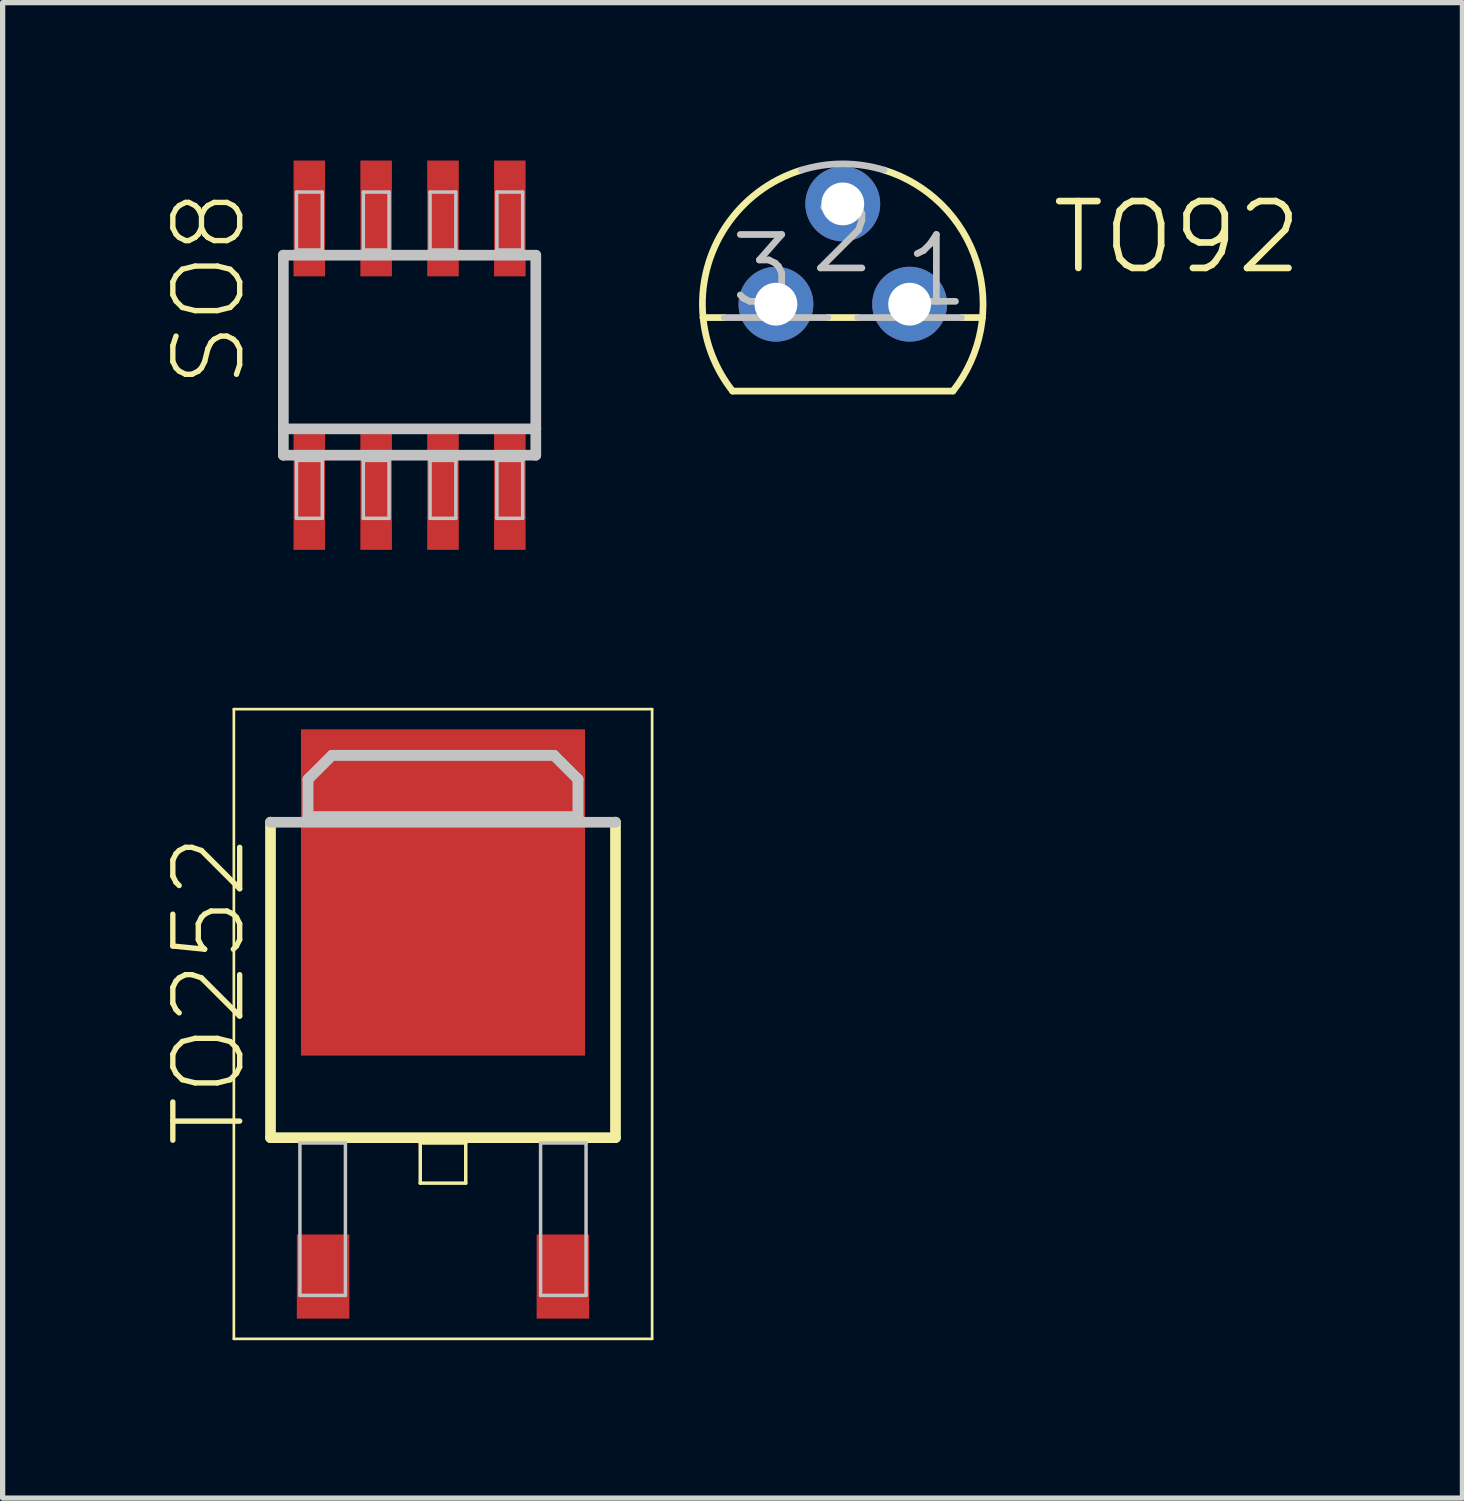
<source format=kicad_pcb>
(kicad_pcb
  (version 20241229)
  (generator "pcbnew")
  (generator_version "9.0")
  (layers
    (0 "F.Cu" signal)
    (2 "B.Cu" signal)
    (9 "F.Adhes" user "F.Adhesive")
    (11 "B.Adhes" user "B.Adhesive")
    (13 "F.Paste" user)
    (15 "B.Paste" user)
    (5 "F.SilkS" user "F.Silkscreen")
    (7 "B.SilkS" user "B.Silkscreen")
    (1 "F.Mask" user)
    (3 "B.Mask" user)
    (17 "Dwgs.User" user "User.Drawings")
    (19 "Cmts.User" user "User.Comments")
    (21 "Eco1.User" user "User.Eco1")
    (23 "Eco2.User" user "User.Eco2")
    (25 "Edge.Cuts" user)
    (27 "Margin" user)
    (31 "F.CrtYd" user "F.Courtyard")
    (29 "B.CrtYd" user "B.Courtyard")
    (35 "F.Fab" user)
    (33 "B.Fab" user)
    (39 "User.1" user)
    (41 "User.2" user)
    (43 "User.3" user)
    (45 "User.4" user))
  (footprint "SO8"
    (layer "F.Cu")
    (at 4.731 3.698)
    (property "Reference" "SO8" (at -3.81 -1.27 90) (layer "F.SilkS") (effects (font (size 1.27 1.27) (thickness 0.102))))
    (attr smd)
    (fp_line (start -2.398 -1.9) (end 2.398 -1.9) (stroke (width 0.203) (type solid)) (layer "Dwgs.User"))
    (fp_line (start -2.398 1.4) (end -2.398 -1.9) (stroke (width 0.203) (type solid)) (layer "Dwgs.User"))
    (fp_line (start -2.398 1.9) (end -2.398 1.4) (stroke (width 0.203) (type solid)) (layer "Dwgs.User"))
    (fp_line (start -2.149 -3.099) (end -1.659 -3.099) (stroke (width 0.066) (type solid)) (layer "Dwgs.User"))
    (fp_line (start -2.149 -1.999) (end -2.149 -3.099) (stroke (width 0.066) (type solid)) (layer "Dwgs.User"))
    (fp_line (start -2.149 -1.999) (end -1.659 -1.999) (stroke (width 0.066) (type solid)) (layer "Dwgs.User"))
    (fp_line (start -2.149 1.999) (end -1.659 1.999) (stroke (width 0.066) (type solid)) (layer "Dwgs.User"))
    (fp_line (start -2.149 3.099) (end -2.149 1.999) (stroke (width 0.066) (type solid)) (layer "Dwgs.User"))
    (fp_line (start -2.149 3.099) (end -1.659 3.099) (stroke (width 0.066) (type solid)) (layer "Dwgs.User"))
    (fp_line (start -1.659 -1.999) (end -1.659 -3.099) (stroke (width 0.066) (type solid)) (layer "Dwgs.User"))
    (fp_line (start -1.659 3.099) (end -1.659 1.999) (stroke (width 0.066) (type solid)) (layer "Dwgs.User"))
    (fp_line (start -0.879 -3.099) (end -0.389 -3.099) (stroke (width 0.066) (type solid)) (layer "Dwgs.User"))
    (fp_line (start -0.879 -1.999) (end -0.879 -3.099) (stroke (width 0.066) (type solid)) (layer "Dwgs.User"))
    (fp_line (start -0.879 -1.999) (end -0.389 -1.999) (stroke (width 0.066) (type solid)) (layer "Dwgs.User"))
    (fp_line (start -0.879 1.999) (end -0.389 1.999) (stroke (width 0.066) (type solid)) (layer "Dwgs.User"))
    (fp_line (start -0.879 3.099) (end -0.879 1.999) (stroke (width 0.066) (type solid)) (layer "Dwgs.User"))
    (fp_line (start -0.879 3.099) (end -0.389 3.099) (stroke (width 0.066) (type solid)) (layer "Dwgs.User"))
    (fp_line (start -0.389 -1.999) (end -0.389 -3.099) (stroke (width 0.066) (type solid)) (layer "Dwgs.User"))
    (fp_line (start -0.389 3.099) (end -0.389 1.999) (stroke (width 0.066) (type solid)) (layer "Dwgs.User"))
    (fp_line (start 0.389 -3.099) (end 0.879 -3.099) (stroke (width 0.066) (type solid)) (layer "Dwgs.User"))
    (fp_line (start 0.389 -1.999) (end 0.389 -3.099) (stroke (width 0.066) (type solid)) (layer "Dwgs.User"))
    (fp_line (start 0.389 -1.999) (end 0.879 -1.999) (stroke (width 0.066) (type solid)) (layer "Dwgs.User"))
    (fp_line (start 0.389 1.999) (end 0.879 1.999) (stroke (width 0.066) (type solid)) (layer "Dwgs.User"))
    (fp_line (start 0.389 3.099) (end 0.389 1.999) (stroke (width 0.066) (type solid)) (layer "Dwgs.User"))
    (fp_line (start 0.389 3.099) (end 0.879 3.099) (stroke (width 0.066) (type solid)) (layer "Dwgs.User"))
    (fp_line (start 0.879 -1.999) (end 0.879 -3.099) (stroke (width 0.066) (type solid)) (layer "Dwgs.User"))
    (fp_line (start 0.879 3.099) (end 0.879 1.999) (stroke (width 0.066) (type solid)) (layer "Dwgs.User"))
    (fp_line (start 1.659 -3.099) (end 2.149 -3.099) (stroke (width 0.066) (type solid)) (layer "Dwgs.User"))
    (fp_line (start 1.659 -1.999) (end 1.659 -3.099) (stroke (width 0.066) (type solid)) (layer "Dwgs.User"))
    (fp_line (start 1.659 -1.999) (end 2.149 -1.999) (stroke (width 0.066) (type solid)) (layer "Dwgs.User"))
    (fp_line (start 1.659 1.999) (end 2.149 1.999) (stroke (width 0.066) (type solid)) (layer "Dwgs.User"))
    (fp_line (start 1.659 3.099) (end 1.659 1.999) (stroke (width 0.066) (type solid)) (layer "Dwgs.User"))
    (fp_line (start 1.659 3.099) (end 2.149 3.099) (stroke (width 0.066) (type solid)) (layer "Dwgs.User"))
    (fp_line (start 2.149 -1.999) (end 2.149 -3.099) (stroke (width 0.066) (type solid)) (layer "Dwgs.User"))
    (fp_line (start 2.149 3.099) (end 2.149 1.999) (stroke (width 0.066) (type solid)) (layer "Dwgs.User"))
    (fp_line (start 2.398 -1.9) (end 2.398 1.4) (stroke (width 0.203) (type solid)) (layer "Dwgs.User"))
    (fp_line (start 2.398 1.4) (end -2.398 1.4) (stroke (width 0.203) (type solid)) (layer "Dwgs.User"))
    (fp_line (start 2.398 1.4) (end 2.398 1.9) (stroke (width 0.203) (type solid)) (layer "Dwgs.User"))
    (fp_line (start 2.398 1.9) (end -2.398 1.9) (stroke (width 0.203) (type solid)) (layer "Dwgs.User"))
    (pad "1" smd rect (at -1.905 2.598) (size 0.599 2.2) (layers "F.Cu" "F.Mask" "F.Paste"))
    (pad "2" smd rect (at -0.635 2.598) (size 0.599 2.2) (layers "F.Cu" "F.Mask" "F.Paste"))
    (pad "3" smd rect (at 0.635 2.598) (size 0.599 2.2) (layers "F.Cu" "F.Mask" "F.Paste"))
    (pad "4" smd rect (at 1.905 2.598) (size 0.599 2.2) (layers "F.Cu" "F.Mask" "F.Paste"))
    (pad "5" smd rect (at 1.905 -2.598) (size 0.599 2.2) (layers "F.Cu" "F.Mask" "F.Paste"))
    (pad "6" smd rect (at 0.635 -2.598) (size 0.599 2.2) (layers "F.Cu" "F.Mask" "F.Paste"))
    (pad "7" smd rect (at -0.635 -2.598) (size 0.599 2.2) (layers "F.Cu" "F.Mask" "F.Paste"))
    (pad "8" smd rect (at -1.905 -2.598) (size 0.599 2.2) (layers "F.Cu" "F.Mask" "F.Paste")))
  (footprint "TO92"
    (layer "F.Cu")
    (at 12.961 2.729)
    (property "Reference" "TO92" (at 6.35 -1.27 0) (layer "F.SilkS") (effects (font (size 1.27 1.27) (thickness 0.127))))
    (attr exclude_from_pos_files exclude_from_bom)
    (fp_line (start -2.654 0.254) (end -2.253 0.254) (stroke (width 0.127) (type solid)) (layer "F.SilkS"))
    (fp_line (start -2.093 1.651) (end 2.093 1.651) (stroke (width 0.127) (type solid)) (layer "F.SilkS"))
    (fp_line (start -0.284 0.254) (end 0.284 0.254) (stroke (width 0.127) (type solid)) (layer "F.SilkS"))
    (fp_line (start 2.253 0.254) (end 2.654 0.254) (stroke (width 0.127) (type solid)) (layer "F.SilkS"))
    (fp_arc (start -2.6543 0.254) (mid -2.218762 -1.478824) (end -0.786981 -2.547643) (stroke (width 0.127) (type solid)) (layer "F.SilkS"))
    (fp_arc (start -2.09296 1.651) (mid -2.473084 0.995057) (end -2.653185 0.258633) (stroke (width 0.127) (type solid)) (layer "F.SilkS"))
    (fp_arc (start 0.78486 -2.54762) (mid 2.544804 -0.793944) (end 2.094264 1.649373) (stroke (width 0.127) (type solid)) (layer "F.SilkS"))
    (fp_line (start -2.253 0.254) (end -0.284 0.254) (stroke (width 0.127) (type solid)) (layer "Dwgs.User"))
    (fp_line (start 0.284 0.254) (end 2.253 0.254) (stroke (width 0.127) (type solid)) (layer "Dwgs.User"))
    (fp_arc (start -0.78486 -2.54762) (mid -0.001061 -2.665778) (end 0.782832 -2.548244) (stroke (width 0.127) (type solid)) (layer "Dwgs.User"))
    (fp_text user "1" (at 1.778 -0.635 0) (layer "Dwgs.User") (effects (font (size 1.27 1.27) (thickness 0.127))))
    (fp_text user "2" (at 0 -1.27 0) (layer "Dwgs.User") (effects (font (size 1.27 1.27) (thickness 0.127))))
    (fp_text user "3" (at -1.524 -0.635 0) (layer "Dwgs.User") (effects (font (size 1.27 1.27) (thickness 0.127))))
    (pad "1" thru_hole circle (at 1.27 0) (size 1.422 1.422) (drill 0.813) (layers "*.Cu" "*.Paste" "*.Mask"))
    (pad "2" thru_hole circle (at 0 -1.905) (size 1.422 1.422) (drill 0.813) (layers "*.Cu" "*.Paste" "*.Mask"))
    (pad "3" thru_hole circle (at -1.27 0) (size 1.422 1.422) (drill 0.813) (layers "*.Cu" "*.Paste" "*.Mask")))
  (footprint "TO252"
    (layer "F.Cu")
    (at 5.366 16.404)
    (property "Reference" "TO252" (at -4.445 -0.635 90) (layer "F.SilkS") (effects (font (size 1.27 1.27) (thickness 0.102))))
    (attr smd)
    (fp_line (start -3.973 -5.982) (end 3.973 -5.982) (stroke (width 0.051) (type solid)) (layer "F.SilkS"))
    (fp_line (start -3.973 5.982) (end -3.973 -5.982) (stroke (width 0.051) (type solid)) (layer "F.SilkS"))
    (fp_line (start -3.277 2.159) (end -3.277 -3.835) (stroke (width 0.203) (type solid)) (layer "F.SilkS"))
    (fp_line (start -0.432 2.261) (end 0.432 2.261) (stroke (width 0.066) (type solid)) (layer "F.SilkS"))
    (fp_line (start -0.432 3.023) (end -0.432 2.261) (stroke (width 0.066) (type solid)) (layer "F.SilkS"))
    (fp_line (start -0.432 3.023) (end 0.432 3.023) (stroke (width 0.066) (type solid)) (layer "F.SilkS"))
    (fp_line (start 0.432 3.023) (end 0.432 2.261) (stroke (width 0.066) (type solid)) (layer "F.SilkS"))
    (fp_line (start 3.277 -3.835) (end 3.277 2.159) (stroke (width 0.203) (type solid)) (layer "F.SilkS"))
    (fp_line (start 3.277 2.159) (end -3.277 2.159) (stroke (width 0.203) (type solid)) (layer "F.SilkS"))
    (fp_line (start 3.973 -5.982) (end 3.973 5.982) (stroke (width 0.051) (type solid)) (layer "F.SilkS"))
    (fp_line (start 3.973 5.982) (end -3.973 5.982) (stroke (width 0.051) (type solid)) (layer "F.SilkS"))
    (fp_line (start -3.277 -3.833) (end 3.277 -3.833) (stroke (width 0.203) (type solid)) (layer "Dwgs.User"))
    (fp_line (start -2.718 2.261) (end -1.854 2.261) (stroke (width 0.066) (type solid)) (layer "Dwgs.User"))
    (fp_line (start -2.718 5.156) (end -2.718 2.261) (stroke (width 0.066) (type solid)) (layer "Dwgs.User"))
    (fp_line (start -2.718 5.156) (end -1.854 5.156) (stroke (width 0.066) (type solid)) (layer "Dwgs.User"))
    (fp_line (start -2.565 -4.648) (end -2.108 -5.105) (stroke (width 0.198) (type solid)) (layer "Dwgs.User"))
    (fp_line (start -2.565 -4.648) (end -2.108 -5.105) (stroke (width 0.203) (type solid)) (layer "Dwgs.User"))
    (fp_line (start -2.565 -3.937) (end -2.565 -4.648) (stroke (width 0.198) (type solid)) (layer "Dwgs.User"))
    (fp_line (start -2.565 -3.937) (end -2.565 -4.648) (stroke (width 0.203) (type solid)) (layer "Dwgs.User"))
    (fp_line (start -2.108 -5.105) (end 2.108 -5.105) (stroke (width 0.198) (type solid)) (layer "Dwgs.User"))
    (fp_line (start -2.108 -5.105) (end 2.108 -5.105) (stroke (width 0.203) (type solid)) (layer "Dwgs.User"))
    (fp_line (start -1.854 5.156) (end -1.854 2.261) (stroke (width 0.066) (type solid)) (layer "Dwgs.User"))
    (fp_line (start 1.854 2.261) (end 2.718 2.261) (stroke (width 0.066) (type solid)) (layer "Dwgs.User"))
    (fp_line (start 1.854 5.156) (end 1.854 2.261) (stroke (width 0.066) (type solid)) (layer "Dwgs.User"))
    (fp_line (start 1.854 5.156) (end 2.718 5.156) (stroke (width 0.066) (type solid)) (layer "Dwgs.User"))
    (fp_line (start 2.108 -5.105) (end 2.565 -4.648) (stroke (width 0.198) (type solid)) (layer "Dwgs.User"))
    (fp_line (start 2.108 -5.105) (end 2.565 -4.648) (stroke (width 0.203) (type solid)) (layer "Dwgs.User"))
    (fp_line (start 2.565 -4.648) (end 2.565 -3.937) (stroke (width 0.198) (type solid)) (layer "Dwgs.User"))
    (fp_line (start 2.565 -4.648) (end 2.565 -3.937) (stroke (width 0.203) (type solid)) (layer "Dwgs.User"))
    (fp_line (start 2.565 -3.937) (end -2.565 -3.937) (stroke (width 0.198) (type solid)) (layer "Dwgs.User"))
    (fp_line (start 2.565 -3.937) (end -2.565 -3.937) (stroke (width 0.203) (type solid)) (layer "Dwgs.User"))
    (fp_line (start 2.718 5.156) (end 2.718 2.261) (stroke (width 0.066) (type solid)) (layer "Dwgs.User"))
    (pad "1" smd rect (at -2.278 4.798) (size 0.998 1.598) (layers "F.Cu" "F.Mask" "F.Paste"))
    (pad "2" smd rect (at 2.278 4.798) (size 0.998 1.598) (layers "F.Cu" "F.Mask" "F.Paste"))
    (pad "3" smd rect (at 0 -2.499) (size 5.397 6.198) (layers "F.Cu" "F.Mask" "F.Paste")))
  (gr_rect
    (start -3 -3)
    (end 24.733 25.411)
    (stroke (width 0.1) (type default))
    (fill no)
    (layer "Edge.Cuts")))
</source>
